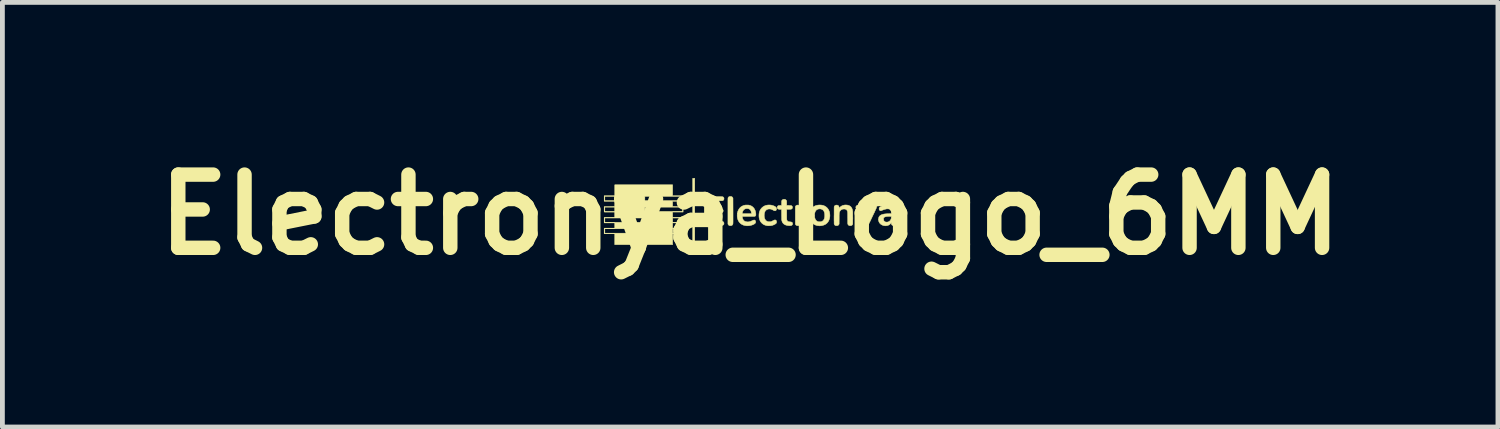
<source format=kicad_pcb>
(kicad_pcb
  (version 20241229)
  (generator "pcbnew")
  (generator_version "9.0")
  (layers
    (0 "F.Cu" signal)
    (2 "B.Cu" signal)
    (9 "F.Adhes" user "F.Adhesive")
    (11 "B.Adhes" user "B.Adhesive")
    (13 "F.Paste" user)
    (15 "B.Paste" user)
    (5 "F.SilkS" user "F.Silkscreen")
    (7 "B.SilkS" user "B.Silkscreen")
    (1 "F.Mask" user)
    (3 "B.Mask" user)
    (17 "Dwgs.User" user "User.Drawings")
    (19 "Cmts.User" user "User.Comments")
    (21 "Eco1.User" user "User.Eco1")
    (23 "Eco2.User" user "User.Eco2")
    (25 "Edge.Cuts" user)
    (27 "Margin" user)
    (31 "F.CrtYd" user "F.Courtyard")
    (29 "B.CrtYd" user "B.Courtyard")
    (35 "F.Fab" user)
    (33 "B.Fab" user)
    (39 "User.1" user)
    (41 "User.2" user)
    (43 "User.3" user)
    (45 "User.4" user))
  (footprint "Electronya_Logo_6MM"
    (layer "F.Cu")
    (at 12.562 1.418)
    (property "Reference" "Electronya_Logo_6MM" (at 0 0 0) (layer "F.SilkS") (effects (font (size 1.524 1.524) (thickness 0.3))))
    (attr through_hole)
    (fp_poly (pts (xy -1.154 0.758) (xy -1.196 0.758) (xy -1.196 -0.757) (xy -1.154 -0.757) (xy -1.154 0.758)) (stroke (width 0.01) (type solid)) (fill yes) (layer "F.SilkS"))
    (fp_poly (pts (xy -0.398 -0.379) (xy -0.387 -0.376) (xy -0.377 -0.371) (xy -0.37 -0.364) (xy -0.363 -0.356) (xy -0.36 -0.349) (xy -0.358 -0.342) (xy -0.357 -0.084) (xy -0.357 -0.049) (xy -0.357 -0.016) (xy -0.357 0.014) (xy -0.357 0.042) (xy -0.357 0.068) (xy -0.357 0.091) (xy -0.357 0.111) (xy -0.357 0.129) (xy -0.357 0.145) (xy -0.357 0.158) (xy -0.358 0.169) (xy -0.358 0.177) (xy -0.358 0.182) (xy -0.358 0.185) (xy -0.358 0.185) (xy -0.36 0.195) (xy -0.363 0.204) (xy -0.368 0.211) (xy -0.373 0.216) (xy -0.379 0.221) (xy -0.385 0.224) (xy -0.392 0.226) (xy -0.4 0.228) (xy -0.409 0.228) (xy -0.416 0.228) (xy -0.422 0.228) (xy -0.426 0.227) (xy -0.43 0.226) (xy -0.431 0.226) (xy -0.441 0.222) (xy -0.449 0.215) (xy -0.456 0.207) (xy -0.46 0.2) (xy -0.463 0.192) (xy -0.463 -0.106) (xy -0.463 -0.134) (xy -0.463 -0.16) (xy -0.463 -0.184) (xy -0.463 -0.205) (xy -0.463 -0.225) (xy -0.463 -0.242) (xy -0.463 -0.258) (xy -0.463 -0.272) (xy -0.463 -0.285) (xy -0.463 -0.296) (xy -0.463 -0.305) (xy -0.463 -0.314) (xy -0.462 -0.321) (xy -0.462 -0.327) (xy -0.462 -0.332) (xy -0.462 -0.336) (xy -0.462 -0.339) (xy -0.462 -0.342) (xy -0.462 -0.344) (xy -0.461 -0.346) (xy -0.461 -0.347) (xy -0.461 -0.348) (xy -0.461 -0.349) (xy -0.461 -0.349) (xy -0.456 -0.359) (xy -0.45 -0.367) (xy -0.442 -0.373) (xy -0.432 -0.377) (xy -0.421 -0.379) (xy -0.411 -0.38) (xy -0.398 -0.379)) (stroke (width 0.01) (type solid)) (fill yes) (layer "F.SilkS"))
    (fp_poly (pts (xy -1.614 -0.395) (xy -1.396 -0.395) (xy -1.396 -0.279) (xy -1.614 -0.279) (xy -1.614 -0.224) (xy -1.614 -0.17) (xy -1.505 -0.169) (xy -1.396 -0.169) (xy -1.396 -0.112) (xy -1.396 -0.055) (xy -1.614 -0.055) (xy -1.614 0.056) (xy -1.396 0.056) (xy -1.396 0.113) (xy -1.396 0.17) (xy -1.614 0.171) (xy -1.614 0.226) (xy -1.614 0.281) (xy -1.396 0.281) (xy -1.396 0.396) (xy -1.614 0.396) (xy -1.614 0.624) (xy -2.818 0.624) (xy -2.818 0.396) (xy -3.038 0.396) (xy -3.038 0.293) (xy -3.025 0.293) (xy -3.025 0.384) (xy -2.242 0.384) (xy -2.242 0.293) (xy -1.613 0.293) (xy -1.613 0.384) (xy -1.407 0.384) (xy -1.407 0.293) (xy -1.613 0.293) (xy -2.242 0.293) (xy -3.025 0.293) (xy -3.038 0.293) (xy -3.038 0.281) (xy -2.818 0.281) (xy -2.818 0.226) (xy -2.819 0.171) (xy -2.928 0.17) (xy -3.038 0.17) (xy -3.038 0.069) (xy -3.025 0.069) (xy -3.025 0.159) (xy -2.242 0.159) (xy -2.242 0.069) (xy -1.613 0.069) (xy -1.613 0.159) (xy -1.407 0.159) (xy -1.407 0.069) (xy -1.613 0.069) (xy -2.242 0.069) (xy -3.025 0.069) (xy -3.038 0.069) (xy -3.038 0.056) (xy -2.928 0.056) (xy -2.819 0.055) (xy -2.819 -0.054) (xy -2.928 -0.054) (xy -3.038 -0.055) (xy -3.038 -0.157) (xy -3.025 -0.157) (xy -3.025 -0.067) (xy -2.819 -0.067) (xy -2.819 -0.157) (xy -2.192 -0.157) (xy -2.192 -0.067) (xy -1.407 -0.067) (xy -1.407 -0.157) (xy -2.192 -0.157) (xy -2.819 -0.157) (xy -3.025 -0.157) (xy -3.038 -0.157) (xy -3.038 -0.169) (xy -2.928 -0.169) (xy -2.819 -0.17) (xy -2.818 -0.224) (xy -2.818 -0.279) (xy -3.038 -0.279) (xy -3.038 -0.382) (xy -3.025 -0.382) (xy -3.025 -0.292) (xy -2.819 -0.292) (xy -2.819 -0.382) (xy -2.192 -0.382) (xy -2.192 -0.292) (xy -1.407 -0.292) (xy -1.407 -0.382) (xy -2.192 -0.382) (xy -2.819 -0.382) (xy -3.025 -0.382) (xy -3.038 -0.382) (xy -3.038 -0.395) (xy -2.818 -0.395) (xy -2.818 -0.622) (xy -1.614 -0.622) (xy -1.614 -0.395)) (stroke (width 0.01) (type solid)) (fill yes) (layer "F.SilkS"))
    (fp_poly (pts (xy 1.005 -0.199) (xy 1.015 -0.196) (xy 1.023 -0.19) (xy 1.03 -0.183) (xy 1.035 -0.176) (xy 1.039 -0.167) (xy 1.04 -0.143) (xy 1.04 -0.119) (xy 1.046 -0.13) (xy 1.055 -0.145) (xy 1.066 -0.158) (xy 1.079 -0.17) (xy 1.094 -0.18) (xy 1.11 -0.188) (xy 1.128 -0.194) (xy 1.146 -0.198) (xy 1.151 -0.199) (xy 1.157 -0.199) (xy 1.165 -0.2) (xy 1.172 -0.2) (xy 1.173 -0.2) (xy 1.18 -0.2) (xy 1.185 -0.2) (xy 1.189 -0.2) (xy 1.192 -0.199) (xy 1.194 -0.198) (xy 1.197 -0.197) (xy 1.198 -0.196) (xy 1.206 -0.192) (xy 1.211 -0.186) (xy 1.215 -0.178) (xy 1.218 -0.169) (xy 1.218 -0.158) (xy 1.218 -0.157) (xy 1.218 -0.149) (xy 1.217 -0.142) (xy 1.215 -0.136) (xy 1.213 -0.131) (xy 1.211 -0.129) (xy 1.207 -0.124) (xy 1.202 -0.12) (xy 1.196 -0.117) (xy 1.188 -0.114) (xy 1.179 -0.112) (xy 1.167 -0.11) (xy 1.155 -0.109) (xy 1.142 -0.107) (xy 1.132 -0.106) (xy 1.123 -0.104) (xy 1.115 -0.102) (xy 1.109 -0.1) (xy 1.095 -0.094) (xy 1.083 -0.086) (xy 1.072 -0.077) (xy 1.063 -0.065) (xy 1.058 -0.056) (xy 1.055 -0.049) (xy 1.052 -0.042) (xy 1.049 -0.035) (xy 1.049 -0.033) (xy 1.048 -0.031) (xy 1.048 -0.029) (xy 1.047 -0.027) (xy 1.047 -0.025) (xy 1.047 -0.022) (xy 1.047 -0.018) (xy 1.046 -0.014) (xy 1.046 -0.009) (xy 1.046 -0.002) (xy 1.046 0.006) (xy 1.046 0.015) (xy 1.046 0.027) (xy 1.046 0.04) (xy 1.045 0.055) (xy 1.045 0.072) (xy 1.045 0.085) (xy 1.045 0.192) (xy 1.042 0.2) (xy 1.037 0.208) (xy 1.03 0.216) (xy 1.021 0.222) (xy 1.011 0.226) (xy 1.009 0.227) (xy 1.004 0.228) (xy 0.997 0.228) (xy 0.99 0.228) (xy 0.983 0.228) (xy 0.977 0.228) (xy 0.975 0.227) (xy 0.969 0.225) (xy 0.963 0.222) (xy 0.957 0.218) (xy 0.952 0.215) (xy 0.951 0.214) (xy 0.948 0.21) (xy 0.945 0.205) (xy 0.944 0.202) (xy 0.94 0.195) (xy 0.94 -0.167) (xy 0.944 -0.174) (xy 0.949 -0.183) (xy 0.956 -0.19) (xy 0.966 -0.195) (xy 0.976 -0.199) (xy 0.982 -0.2) (xy 0.994 -0.2) (xy 1.005 -0.199)) (stroke (width 0.01) (type solid)) (fill yes) (layer "F.SilkS"))
    (fp_poly (pts (xy 1.472 -0.201) (xy 1.495 -0.198) (xy 1.517 -0.193) (xy 1.538 -0.186) (xy 1.557 -0.176) (xy 1.575 -0.165) (xy 1.592 -0.152) (xy 1.599 -0.145) (xy 1.614 -0.128) (xy 1.626 -0.111) (xy 1.637 -0.091) (xy 1.645 -0.07) (xy 1.652 -0.048) (xy 1.656 -0.024) (xy 1.657 -0.013) (xy 1.659 0.012) (xy 1.658 0.037) (xy 1.655 0.06) (xy 1.65 0.083) (xy 1.643 0.105) (xy 1.634 0.126) (xy 1.623 0.145) (xy 1.61 0.162) (xy 1.608 0.165) (xy 1.594 0.179) (xy 1.578 0.192) (xy 1.561 0.203) (xy 1.542 0.212) (xy 1.522 0.219) (xy 1.501 0.225) (xy 1.479 0.229) (xy 1.456 0.231) (xy 1.433 0.231) (xy 1.429 0.23) (xy 1.404 0.228) (xy 1.381 0.223) (xy 1.36 0.216) (xy 1.34 0.207) (xy 1.321 0.196) (xy 1.304 0.183) (xy 1.289 0.169) (xy 1.275 0.152) (xy 1.264 0.134) (xy 1.254 0.114) (xy 1.246 0.093) (xy 1.24 0.07) (xy 1.238 0.062) (xy 1.237 0.054) (xy 1.236 0.043) (xy 1.235 0.032) (xy 1.235 0.019) (xy 1.235 0.014) (xy 1.341 0.014) (xy 1.341 0.026) (xy 1.341 0.037) (xy 1.342 0.047) (xy 1.343 0.054) (xy 1.347 0.073) (xy 1.353 0.089) (xy 1.36 0.104) (xy 1.369 0.116) (xy 1.38 0.127) (xy 1.392 0.135) (xy 1.405 0.142) (xy 1.42 0.146) (xy 1.423 0.147) (xy 1.43 0.148) (xy 1.439 0.148) (xy 1.449 0.148) (xy 1.459 0.148) (xy 1.469 0.147) (xy 1.476 0.145) (xy 1.477 0.145) (xy 1.492 0.14) (xy 1.505 0.133) (xy 1.516 0.124) (xy 1.526 0.113) (xy 1.535 0.1) (xy 1.542 0.085) (xy 1.547 0.068) (xy 1.55 0.049) (xy 1.551 0.046) (xy 1.551 0.038) (xy 1.552 0.027) (xy 1.552 0.016) (xy 1.552 0.005) (xy 1.551 -0.006) (xy 1.551 -0.016) (xy 1.55 -0.022) (xy 1.546 -0.041) (xy 1.541 -0.058) (xy 1.534 -0.073) (xy 1.526 -0.086) (xy 1.516 -0.096) (xy 1.504 -0.105) (xy 1.491 -0.112) (xy 1.477 -0.117) (xy 1.461 -0.12) (xy 1.447 -0.121) (xy 1.429 -0.12) (xy 1.414 -0.116) (xy 1.399 -0.111) (xy 1.387 -0.104) (xy 1.375 -0.095) (xy 1.365 -0.083) (xy 1.357 -0.07) (xy 1.35 -0.054) (xy 1.345 -0.037) (xy 1.343 -0.026) (xy 1.342 -0.018) (xy 1.341 -0.008) (xy 1.341 0.003) (xy 1.341 0.014) (xy 1.235 0.014) (xy 1.235 0.007) (xy 1.235 -0.004) (xy 1.235 -0.013) (xy 1.236 -0.016) (xy 1.239 -0.04) (xy 1.245 -0.062) (xy 1.252 -0.083) (xy 1.262 -0.103) (xy 1.271 -0.117) (xy 1.277 -0.125) (xy 1.284 -0.134) (xy 1.292 -0.143) (xy 1.301 -0.152) (xy 1.31 -0.159) (xy 1.318 -0.165) (xy 1.318 -0.166) (xy 1.337 -0.177) (xy 1.357 -0.186) (xy 1.379 -0.193) (xy 1.401 -0.198) (xy 1.425 -0.201) (xy 1.447 -0.202) (xy 1.472 -0.201)) (stroke (width 0.01) (type solid)) (fill yes) (layer "F.SilkS"))
    (fp_poly (pts (xy 0.715 -0.32) (xy 0.716 -0.32) (xy 0.727 -0.317) (xy 0.737 -0.313) (xy 0.745 -0.306) (xy 0.752 -0.298) (xy 0.755 -0.292) (xy 0.759 -0.285) (xy 0.759 -0.239) (xy 0.76 -0.192) (xy 0.804 -0.192) (xy 0.816 -0.191) (xy 0.826 -0.191) (xy 0.834 -0.191) (xy 0.84 -0.191) (xy 0.844 -0.191) (xy 0.848 -0.19) (xy 0.85 -0.19) (xy 0.853 -0.19) (xy 0.854 -0.189) (xy 0.856 -0.188) (xy 0.864 -0.184) (xy 0.871 -0.178) (xy 0.876 -0.171) (xy 0.878 -0.166) (xy 0.879 -0.163) (xy 0.879 -0.158) (xy 0.879 -0.152) (xy 0.879 -0.142) (xy 0.876 -0.134) (xy 0.871 -0.127) (xy 0.865 -0.121) (xy 0.857 -0.117) (xy 0.85 -0.114) (xy 0.76 -0.112) (xy 0.76 -0.008) (xy 0.76 0.012) (xy 0.76 0.029) (xy 0.76 0.044) (xy 0.76 0.056) (xy 0.76 0.067) (xy 0.76 0.077) (xy 0.761 0.085) (xy 0.761 0.091) (xy 0.761 0.097) (xy 0.762 0.101) (xy 0.762 0.105) (xy 0.763 0.108) (xy 0.764 0.11) (xy 0.765 0.113) (xy 0.766 0.115) (xy 0.767 0.117) (xy 0.768 0.119) (xy 0.772 0.127) (xy 0.777 0.133) (xy 0.784 0.138) (xy 0.791 0.142) (xy 0.8 0.145) (xy 0.811 0.147) (xy 0.825 0.149) (xy 0.828 0.149) (xy 0.838 0.15) (xy 0.847 0.151) (xy 0.853 0.152) (xy 0.859 0.154) (xy 0.863 0.155) (xy 0.867 0.157) (xy 0.869 0.159) (xy 0.875 0.164) (xy 0.88 0.171) (xy 0.882 0.179) (xy 0.882 0.183) (xy 0.883 0.192) (xy 0.882 0.199) (xy 0.879 0.205) (xy 0.877 0.209) (xy 0.872 0.215) (xy 0.866 0.22) (xy 0.858 0.224) (xy 0.848 0.226) (xy 0.837 0.228) (xy 0.824 0.228) (xy 0.808 0.228) (xy 0.797 0.227) (xy 0.78 0.225) (xy 0.764 0.222) (xy 0.75 0.218) (xy 0.737 0.214) (xy 0.725 0.209) (xy 0.722 0.207) (xy 0.708 0.199) (xy 0.695 0.189) (xy 0.684 0.177) (xy 0.675 0.164) (xy 0.667 0.149) (xy 0.661 0.132) (xy 0.657 0.114) (xy 0.656 0.112) (xy 0.656 0.11) (xy 0.656 0.106) (xy 0.656 0.102) (xy 0.655 0.097) (xy 0.655 0.09) (xy 0.655 0.082) (xy 0.655 0.073) (xy 0.655 0.062) (xy 0.655 0.048) (xy 0.654 0.033) (xy 0.654 0.016) (xy 0.654 -0.004) (xy 0.654 -0.004) (xy 0.653 -0.112) (xy 0.623 -0.113) (xy 0.613 -0.113) (xy 0.606 -0.113) (xy 0.6 -0.114) (xy 0.596 -0.114) (xy 0.593 -0.114) (xy 0.59 -0.115) (xy 0.588 -0.116) (xy 0.586 -0.117) (xy 0.584 -0.117) (xy 0.576 -0.122) (xy 0.57 -0.128) (xy 0.566 -0.136) (xy 0.564 -0.145) (xy 0.564 -0.152) (xy 0.565 -0.162) (xy 0.567 -0.171) (xy 0.572 -0.178) (xy 0.579 -0.184) (xy 0.586 -0.188) (xy 0.589 -0.189) (xy 0.591 -0.19) (xy 0.594 -0.19) (xy 0.598 -0.191) (xy 0.602 -0.191) (xy 0.608 -0.191) (xy 0.617 -0.191) (xy 0.624 -0.192) (xy 0.654 -0.192) (xy 0.655 -0.285) (xy 0.658 -0.293) (xy 0.664 -0.302) (xy 0.671 -0.309) (xy 0.68 -0.315) (xy 0.69 -0.318) (xy 0.702 -0.32) (xy 0.715 -0.32)) (stroke (width 0.01) (type solid)) (fill yes) (layer "F.SilkS"))
    (fp_poly (pts (xy 0.419 -0.201) (xy 0.442 -0.198) (xy 0.464 -0.192) (xy 0.486 -0.185) (xy 0.505 -0.177) (xy 0.517 -0.17) (xy 0.526 -0.164) (xy 0.534 -0.158) (xy 0.54 -0.151) (xy 0.544 -0.143) (xy 0.545 -0.142) (xy 0.546 -0.139) (xy 0.547 -0.136) (xy 0.548 -0.132) (xy 0.548 -0.127) (xy 0.548 -0.121) (xy 0.548 -0.115) (xy 0.548 -0.11) (xy 0.547 -0.106) (xy 0.546 -0.103) (xy 0.545 -0.101) (xy 0.54 -0.093) (xy 0.534 -0.087) (xy 0.527 -0.083) (xy 0.518 -0.081) (xy 0.517 -0.081) (xy 0.511 -0.082) (xy 0.506 -0.083) (xy 0.499 -0.085) (xy 0.492 -0.088) (xy 0.483 -0.092) (xy 0.475 -0.097) (xy 0.462 -0.103) (xy 0.45 -0.109) (xy 0.44 -0.113) (xy 0.43 -0.116) (xy 0.422 -0.117) (xy 0.407 -0.119) (xy 0.391 -0.119) (xy 0.376 -0.117) (xy 0.362 -0.113) (xy 0.349 -0.107) (xy 0.344 -0.105) (xy 0.339 -0.102) (xy 0.333 -0.096) (xy 0.327 -0.09) (xy 0.321 -0.084) (xy 0.315 -0.078) (xy 0.312 -0.072) (xy 0.311 -0.072) (xy 0.307 -0.063) (xy 0.303 -0.053) (xy 0.299 -0.041) (xy 0.296 -0.03) (xy 0.295 -0.022) (xy 0.293 -0.012) (xy 0.293 -0.001) (xy 0.292 0.011) (xy 0.292 0.022) (xy 0.293 0.033) (xy 0.293 0.041) (xy 0.296 0.061) (xy 0.301 0.078) (xy 0.308 0.094) (xy 0.316 0.107) (xy 0.325 0.119) (xy 0.337 0.129) (xy 0.349 0.136) (xy 0.35 0.136) (xy 0.357 0.14) (xy 0.364 0.143) (xy 0.371 0.144) (xy 0.378 0.146) (xy 0.386 0.146) (xy 0.395 0.147) (xy 0.401 0.147) (xy 0.41 0.147) (xy 0.417 0.146) (xy 0.424 0.146) (xy 0.43 0.145) (xy 0.436 0.143) (xy 0.442 0.141) (xy 0.45 0.137) (xy 0.459 0.133) (xy 0.468 0.128) (xy 0.479 0.123) (xy 0.487 0.119) (xy 0.494 0.115) (xy 0.5 0.113) (xy 0.505 0.111) (xy 0.509 0.11) (xy 0.512 0.109) (xy 0.515 0.109) (xy 0.517 0.109) (xy 0.526 0.11) (xy 0.533 0.113) (xy 0.539 0.118) (xy 0.544 0.126) (xy 0.546 0.13) (xy 0.548 0.136) (xy 0.549 0.144) (xy 0.549 0.152) (xy 0.549 0.16) (xy 0.547 0.166) (xy 0.546 0.169) (xy 0.543 0.176) (xy 0.538 0.182) (xy 0.532 0.188) (xy 0.524 0.193) (xy 0.524 0.193) (xy 0.505 0.204) (xy 0.485 0.213) (xy 0.464 0.221) (xy 0.441 0.226) (xy 0.429 0.228) (xy 0.419 0.229) (xy 0.408 0.23) (xy 0.397 0.23) (xy 0.385 0.231) (xy 0.374 0.23) (xy 0.365 0.23) (xy 0.343 0.227) (xy 0.322 0.221) (xy 0.301 0.214) (xy 0.282 0.205) (xy 0.266 0.195) (xy 0.259 0.19) (xy 0.251 0.183) (xy 0.243 0.176) (xy 0.235 0.168) (xy 0.228 0.159) (xy 0.222 0.152) (xy 0.219 0.148) (xy 0.208 0.13) (xy 0.199 0.11) (xy 0.192 0.089) (xy 0.187 0.068) (xy 0.184 0.045) (xy 0.183 0.02) (xy 0.183 0.017) (xy 0.184 -0.009) (xy 0.187 -0.033) (xy 0.192 -0.055) (xy 0.199 -0.076) (xy 0.208 -0.096) (xy 0.219 -0.114) (xy 0.233 -0.132) (xy 0.243 -0.143) (xy 0.26 -0.158) (xy 0.278 -0.171) (xy 0.296 -0.181) (xy 0.317 -0.19) (xy 0.338 -0.196) (xy 0.361 -0.2) (xy 0.385 -0.202) (xy 0.396 -0.202) (xy 0.419 -0.201)) (stroke (width 0.01) (type solid)) (fill yes) (layer "F.SilkS"))
    (fp_poly (pts (xy -0.055 -0.201) (xy -0.045 -0.201) (xy -0.035 -0.2) (xy -0.027 -0.199) (xy -0.019 -0.197) (xy -0.011 -0.195) (xy -0.003 -0.192) (xy 0.017 -0.185) (xy 0.034 -0.175) (xy 0.051 -0.163) (xy 0.066 -0.149) (xy 0.079 -0.134) (xy 0.09 -0.116) (xy 0.095 -0.106) (xy 0.102 -0.091) (xy 0.107 -0.077) (xy 0.111 -0.061) (xy 0.114 -0.045) (xy 0.117 -0.027) (xy 0.117 -0.023) (xy 0.118 -0.01) (xy 0.118 0.001) (xy 0.117 0.01) (xy 0.114 0.018) (xy 0.111 0.024) (xy 0.107 0.028) (xy 0.101 0.032) (xy 0.101 0.032) (xy 0.1 0.032) (xy 0.099 0.033) (xy 0.098 0.033) (xy 0.096 0.033) (xy 0.093 0.033) (xy 0.09 0.034) (xy 0.085 0.034) (xy 0.08 0.034) (xy 0.074 0.034) (xy 0.066 0.034) (xy 0.056 0.034) (xy 0.045 0.034) (xy 0.032 0.034) (xy 0.017 0.034) (xy -0.000334 0.034) (xy -0.02 0.034) (xy -0.035 0.034) (xy -0.165 0.034) (xy -0.165 0.044) (xy -0.163 0.053) (xy -0.161 0.064) (xy -0.159 0.074) (xy -0.156 0.084) (xy -0.152 0.092) (xy -0.152 0.093) (xy -0.145 0.107) (xy -0.136 0.118) (xy -0.126 0.127) (xy -0.115 0.135) (xy -0.102 0.141) (xy -0.087 0.145) (xy -0.071 0.148) (xy -0.065 0.149) (xy -0.052 0.15) (xy -0.038 0.149) (xy -0.025 0.148) (xy -0.011 0.145) (xy 0.004 0.14) (xy 0.02 0.134) (xy 0.038 0.127) (xy 0.042 0.125) (xy 0.053 0.12) (xy 0.061 0.116) (xy 0.068 0.114) (xy 0.074 0.112) (xy 0.079 0.111) (xy 0.083 0.11) (xy 0.087 0.111) (xy 0.09 0.111) (xy 0.091 0.112) (xy 0.098 0.115) (xy 0.104 0.12) (xy 0.108 0.127) (xy 0.112 0.135) (xy 0.112 0.135) (xy 0.114 0.146) (xy 0.114 0.156) (xy 0.111 0.166) (xy 0.106 0.175) (xy 0.103 0.18) (xy 0.095 0.186) (xy 0.086 0.193) (xy 0.074 0.2) (xy 0.061 0.206) (xy 0.047 0.212) (xy 0.032 0.217) (xy 0.016 0.221) (xy 0.000244 0.225) (xy -0.015 0.228) (xy -0.022 0.229) (xy -0.031 0.23) (xy -0.04 0.23) (xy -0.05 0.23) (xy -0.06 0.231) (xy -0.068 0.231) (xy -0.072 0.23) (xy -0.088 0.229) (xy -0.103 0.226) (xy -0.118 0.223) (xy -0.132 0.22) (xy -0.144 0.215) (xy -0.146 0.215) (xy -0.167 0.205) (xy -0.186 0.194) (xy -0.203 0.181) (xy -0.218 0.166) (xy -0.232 0.149) (xy -0.243 0.131) (xy -0.253 0.111) (xy -0.258 0.096) (xy -0.264 0.075) (xy -0.268 0.054) (xy -0.27 0.031) (xy -0.27 0.008) (xy -0.269 -0.015) (xy -0.267 -0.026) (xy -0.165 -0.026) (xy -0.165 -0.022) (xy 0.027 -0.022) (xy 0.026 -0.033) (xy 0.024 -0.05) (xy 0.02 -0.066) (xy 0.015 -0.08) (xy 0.007 -0.093) (xy -0.002 -0.104) (xy -0.012 -0.113) (xy -0.025 -0.12) (xy -0.031 -0.122) (xy -0.043 -0.126) (xy -0.056 -0.127) (xy -0.07 -0.128) (xy -0.084 -0.126) (xy -0.096 -0.124) (xy -0.098 -0.123) (xy -0.112 -0.117) (xy -0.124 -0.11) (xy -0.135 -0.1) (xy -0.144 -0.089) (xy -0.147 -0.084) (xy -0.151 -0.076) (xy -0.155 -0.067) (xy -0.159 -0.057) (xy -0.162 -0.047) (xy -0.164 -0.037) (xy -0.165 -0.029) (xy -0.165 -0.026) (xy -0.267 -0.026) (xy -0.265 -0.037) (xy -0.26 -0.058) (xy -0.26 -0.06) (xy -0.252 -0.082) (xy -0.242 -0.103) (xy -0.23 -0.122) (xy -0.217 -0.139) (xy -0.202 -0.154) (xy -0.186 -0.167) (xy -0.167 -0.178) (xy -0.148 -0.187) (xy -0.126 -0.195) (xy -0.11 -0.198) (xy -0.105 -0.199) (xy -0.1 -0.2) (xy -0.095 -0.201) (xy -0.089 -0.201) (xy -0.083 -0.201) (xy -0.074 -0.201) (xy -0.068 -0.201) (xy -0.055 -0.201)) (stroke (width 0.01) (type solid)) (fill yes) (layer "F.SilkS"))
    (fp_poly (pts (xy -0.653 -0.376) (xy -0.639 -0.376) (xy -0.627 -0.376) (xy -0.616 -0.376) (xy -0.607 -0.375) (xy -0.6 -0.375) (xy -0.593 -0.375) (xy -0.588 -0.375) (xy -0.583 -0.374) (xy -0.579 -0.374) (xy -0.576 -0.374) (xy -0.574 -0.373) (xy -0.572 -0.373) (xy -0.57 -0.372) (xy -0.568 -0.371) (xy -0.567 -0.37) (xy -0.565 -0.37) (xy -0.558 -0.365) (xy -0.552 -0.359) (xy -0.548 -0.352) (xy -0.546 -0.346) (xy -0.545 -0.339) (xy -0.545 -0.33) (xy -0.546 -0.323) (xy -0.548 -0.316) (xy -0.549 -0.314) (xy -0.553 -0.306) (xy -0.56 -0.3) (xy -0.568 -0.295) (xy -0.573 -0.293) (xy -0.581 -0.29) (xy -0.715 -0.29) (xy -0.85 -0.289) (xy -0.85 -0.124) (xy -0.732 -0.124) (xy -0.713 -0.124) (xy -0.694 -0.124) (xy -0.677 -0.124) (xy -0.661 -0.124) (xy -0.647 -0.124) (xy -0.634 -0.124) (xy -0.624 -0.124) (xy -0.615 -0.124) (xy -0.609 -0.123) (xy -0.605 -0.123) (xy -0.604 -0.123) (xy -0.593 -0.121) (xy -0.583 -0.118) (xy -0.576 -0.113) (xy -0.57 -0.107) (xy -0.566 -0.101) (xy -0.564 -0.096) (xy -0.563 -0.092) (xy -0.562 -0.088) (xy -0.562 -0.082) (xy -0.563 -0.072) (xy -0.565 -0.064) (xy -0.569 -0.056) (xy -0.571 -0.054) (xy -0.576 -0.049) (xy -0.584 -0.044) (xy -0.592 -0.041) (xy -0.6 -0.039) (xy -0.603 -0.039) (xy -0.608 -0.039) (xy -0.616 -0.039) (xy -0.625 -0.039) (xy -0.637 -0.039) (xy -0.651 -0.038) (xy -0.666 -0.038) (xy -0.683 -0.038) (xy -0.702 -0.038) (xy -0.722 -0.038) (xy -0.729 -0.038) (xy -0.85 -0.038) (xy -0.85 0.137) (xy -0.722 0.137) (xy -0.7 0.137) (xy -0.68 0.137) (xy -0.662 0.137) (xy -0.645 0.137) (xy -0.63 0.138) (xy -0.617 0.138) (xy -0.606 0.138) (xy -0.597 0.138) (xy -0.591 0.138) (xy -0.586 0.138) (xy -0.585 0.138) (xy -0.574 0.141) (xy -0.564 0.145) (xy -0.557 0.151) (xy -0.556 0.152) (xy -0.551 0.157) (xy -0.549 0.162) (xy -0.547 0.167) (xy -0.546 0.173) (xy -0.546 0.181) (xy -0.546 0.187) (xy -0.546 0.191) (xy -0.546 0.195) (xy -0.548 0.198) (xy -0.549 0.201) (xy -0.555 0.209) (xy -0.562 0.215) (xy -0.571 0.22) (xy -0.572 0.221) (xy -0.573 0.221) (xy -0.574 0.221) (xy -0.576 0.221) (xy -0.578 0.222) (xy -0.58 0.222) (xy -0.583 0.222) (xy -0.587 0.222) (xy -0.592 0.222) (xy -0.598 0.223) (xy -0.605 0.223) (xy -0.614 0.223) (xy -0.624 0.223) (xy -0.635 0.223) (xy -0.649 0.223) (xy -0.664 0.223) (xy -0.681 0.223) (xy -0.701 0.223) (xy -0.722 0.223) (xy -0.746 0.223) (xy -0.747 0.223) (xy -0.773 0.223) (xy -0.796 0.223) (xy -0.816 0.223) (xy -0.835 0.223) (xy -0.851 0.223) (xy -0.865 0.223) (xy -0.877 0.223) (xy -0.888 0.223) (xy -0.897 0.223) (xy -0.904 0.223) (xy -0.91 0.223) (xy -0.915 0.222) (xy -0.918 0.222) (xy -0.921 0.222) (xy -0.922 0.222) (xy -0.932 0.218) (xy -0.94 0.213) (xy -0.946 0.207) (xy -0.951 0.198) (xy -0.956 0.189) (xy -0.956 -0.072) (xy -0.956 -0.104) (xy -0.956 -0.134) (xy -0.956 -0.161) (xy -0.956 -0.186) (xy -0.956 -0.209) (xy -0.956 -0.23) (xy -0.956 -0.249) (xy -0.956 -0.266) (xy -0.956 -0.28) (xy -0.956 -0.293) (xy -0.956 -0.304) (xy -0.956 -0.314) (xy -0.956 -0.322) (xy -0.956 -0.328) (xy -0.955 -0.333) (xy -0.955 -0.336) (xy -0.955 -0.338) (xy -0.955 -0.339) (xy -0.952 -0.349) (xy -0.946 -0.358) (xy -0.939 -0.366) (xy -0.93 -0.371) (xy -0.927 -0.372) (xy -0.92 -0.375) (xy -0.753 -0.376) (xy -0.729 -0.376) (xy -0.707 -0.376) (xy -0.687 -0.376) (xy -0.669 -0.376) (xy -0.653 -0.376)) (stroke (width 0.01) (type solid)) (fill yes) (layer "F.SilkS"))
    (fp_poly (pts (xy 2.26 -0.2) (xy 2.271 -0.197) (xy 2.271 -0.197) (xy 2.278 -0.193) (xy 2.285 -0.188) (xy 2.291 -0.182) (xy 2.294 -0.177) (xy 2.295 -0.175) (xy 2.297 -0.172) (xy 2.3 -0.165) (xy 2.303 -0.158) (xy 2.308 -0.148) (xy 2.313 -0.137) (xy 2.319 -0.124) (xy 2.325 -0.111) (xy 2.332 -0.096) (xy 2.339 -0.08) (xy 2.346 -0.064) (xy 2.354 -0.046) (xy 2.356 -0.041) (xy 2.364 -0.024) (xy 2.372 -0.007) (xy 2.379 0.008) (xy 2.386 0.023) (xy 2.392 0.037) (xy 2.398 0.049) (xy 2.403 0.061) (xy 2.407 0.07) (xy 2.411 0.078) (xy 2.414 0.084) (xy 2.416 0.088) (xy 2.417 0.09) (xy 2.417 0.091) (xy 2.417 0.09) (xy 2.419 0.086) (xy 2.421 0.081) (xy 2.425 0.074) (xy 2.429 0.065) (xy 2.434 0.055) (xy 2.439 0.043) (xy 2.445 0.03) (xy 2.452 0.016) (xy 2.459 0.001) (xy 2.466 -0.016) (xy 2.474 -0.032) (xy 2.475 -0.035) (xy 2.482 -0.052) (xy 2.49 -0.068) (xy 2.497 -0.084) (xy 2.504 -0.099) (xy 2.51 -0.113) (xy 2.516 -0.126) (xy 2.521 -0.138) (xy 2.526 -0.148) (xy 2.529 -0.156) (xy 2.532 -0.163) (xy 2.535 -0.167) (xy 2.536 -0.17) (xy 2.536 -0.17) (xy 2.541 -0.179) (xy 2.548 -0.187) (xy 2.555 -0.193) (xy 2.559 -0.195) (xy 2.563 -0.197) (xy 2.566 -0.198) (xy 2.57 -0.198) (xy 2.574 -0.199) (xy 2.58 -0.199) (xy 2.586 -0.199) (xy 2.59 -0.198) (xy 2.594 -0.198) (xy 2.597 -0.196) (xy 2.601 -0.195) (xy 2.611 -0.189) (xy 2.619 -0.181) (xy 2.625 -0.173) (xy 2.628 -0.163) (xy 2.63 -0.157) (xy 2.63 -0.153) (xy 2.629 -0.149) (xy 2.628 -0.144) (xy 2.627 -0.142) (xy 2.626 -0.139) (xy 2.624 -0.135) (xy 2.621 -0.128) (xy 2.617 -0.12) (xy 2.613 -0.11) (xy 2.607 -0.098) (xy 2.601 -0.085) (xy 2.594 -0.07) (xy 2.587 -0.054) (xy 2.579 -0.037) (xy 2.57 -0.019) (xy 2.561 -0.001) (xy 2.552 0.019) (xy 2.542 0.039) (xy 2.533 0.059) (xy 2.523 0.08) (xy 2.513 0.101) (xy 2.503 0.122) (xy 2.493 0.143) (xy 2.483 0.163) (xy 2.473 0.184) (xy 2.463 0.204) (xy 2.454 0.223) (xy 2.445 0.242) (xy 2.436 0.259) (xy 2.428 0.276) (xy 2.421 0.292) (xy 2.414 0.307) (xy 2.407 0.32) (xy 2.401 0.331) (xy 2.396 0.342) (xy 2.392 0.35) (xy 2.389 0.356) (xy 2.387 0.361) (xy 2.386 0.363) (xy 2.385 0.363) (xy 2.379 0.37) (xy 2.372 0.376) (xy 2.365 0.379) (xy 2.358 0.38) (xy 2.35 0.381) (xy 2.342 0.381) (xy 2.334 0.38) (xy 2.33 0.379) (xy 2.321 0.374) (xy 2.312 0.368) (xy 2.306 0.361) (xy 2.302 0.355) (xy 2.3 0.35) (xy 2.299 0.344) (xy 2.299 0.337) (xy 2.299 0.33) (xy 2.301 0.325) (xy 2.301 0.323) (xy 2.303 0.318) (xy 2.306 0.312) (xy 2.31 0.304) (xy 2.314 0.295) (xy 2.319 0.285) (xy 2.324 0.273) (xy 2.33 0.262) (xy 2.332 0.257) (xy 2.361 0.195) (xy 2.358 0.189) (xy 2.353 0.177) (xy 2.346 0.165) (xy 2.34 0.151) (xy 2.333 0.136) (xy 2.325 0.12) (xy 2.317 0.104) (xy 2.309 0.087) (xy 2.301 0.069) (xy 2.292 0.052) (xy 2.284 0.034) (xy 2.275 0.016) (xy 2.267 -0.002) (xy 2.258 -0.019) (xy 2.25 -0.036) (xy 2.243 -0.052) (xy 2.236 -0.067) (xy 2.229 -0.082) (xy 2.222 -0.095) (xy 2.217 -0.107) (xy 2.212 -0.118) (xy 2.208 -0.127) (xy 2.204 -0.134) (xy 2.202 -0.14) (xy 2.2 -0.143) (xy 2.2 -0.145) (xy 2.199 -0.155) (xy 2.2 -0.165) (xy 2.204 -0.174) (xy 2.21 -0.182) (xy 2.217 -0.189) (xy 2.225 -0.194) (xy 2.237 -0.198) (xy 2.248 -0.2) (xy 2.26 -0.2)) (stroke (width 0.01) (type solid)) (fill yes) (layer "F.SilkS"))
    (fp_poly (pts (xy 2.875 -0.202) (xy 2.886 -0.201) (xy 2.896 -0.201) (xy 2.905 -0.2) (xy 2.912 -0.199) (xy 2.932 -0.194) (xy 2.951 -0.188) (xy 2.967 -0.18) (xy 2.982 -0.17) (xy 2.995 -0.158) (xy 3.007 -0.145) (xy 3.016 -0.13) (xy 3.024 -0.113) (xy 3.03 -0.094) (xy 3.033 -0.082) (xy 3.034 -0.077) (xy 3.034 -0.073) (xy 3.035 -0.068) (xy 3.036 -0.062) (xy 3.036 -0.057) (xy 3.037 -0.05) (xy 3.037 -0.043) (xy 3.037 -0.034) (xy 3.037 -0.025) (xy 3.038 -0.014) (xy 3.038 -0.001) (xy 3.038 0.013) (xy 3.038 0.03) (xy 3.038 0.048) (xy 3.038 0.069) (xy 3.038 0.079) (xy 3.037 0.192) (xy 3.034 0.2) (xy 3.032 0.205) (xy 3.028 0.21) (xy 3.026 0.213) (xy 3.018 0.22) (xy 3.01 0.224) (xy 3 0.227) (xy 2.989 0.228) (xy 2.979 0.228) (xy 2.969 0.225) (xy 2.96 0.221) (xy 2.951 0.215) (xy 2.95 0.214) (xy 2.945 0.207) (xy 2.941 0.199) (xy 2.938 0.189) (xy 2.936 0.177) (xy 2.936 0.17) (xy 2.936 0.161) (xy 2.932 0.168) (xy 2.924 0.181) (xy 2.914 0.193) (xy 2.902 0.204) (xy 2.888 0.213) (xy 2.873 0.22) (xy 2.857 0.226) (xy 2.851 0.227) (xy 2.844 0.229) (xy 2.836 0.229) (xy 2.827 0.23) (xy 2.819 0.231) (xy 2.811 0.231) (xy 2.804 0.23) (xy 2.804 0.23) (xy 2.782 0.227) (xy 2.763 0.222) (xy 2.745 0.214) (xy 2.728 0.205) (xy 2.713 0.194) (xy 2.71 0.19) (xy 2.697 0.177) (xy 2.687 0.163) (xy 2.68 0.148) (xy 2.674 0.131) (xy 2.671 0.114) (xy 2.67 0.096) (xy 2.671 0.089) (xy 2.774 0.089) (xy 2.774 0.102) (xy 2.777 0.113) (xy 2.782 0.124) (xy 2.789 0.133) (xy 2.798 0.141) (xy 2.808 0.148) (xy 2.82 0.152) (xy 2.824 0.153) (xy 2.832 0.154) (xy 2.842 0.154) (xy 2.852 0.154) (xy 2.861 0.152) (xy 2.868 0.151) (xy 2.882 0.146) (xy 2.895 0.139) (xy 2.906 0.129) (xy 2.916 0.118) (xy 2.925 0.104) (xy 2.926 0.103) (xy 2.929 0.095) (xy 2.932 0.088) (xy 2.934 0.08) (xy 2.935 0.072) (xy 2.936 0.062) (xy 2.936 0.055) (xy 2.937 0.034) (xy 2.911 0.034) (xy 2.892 0.035) (xy 2.873 0.035) (xy 2.857 0.036) (xy 2.842 0.038) (xy 2.832 0.039) (xy 2.818 0.043) (xy 2.805 0.046) (xy 2.795 0.051) (xy 2.787 0.057) (xy 2.781 0.064) (xy 2.777 0.072) (xy 2.775 0.082) (xy 2.774 0.089) (xy 2.671 0.089) (xy 2.671 0.088) (xy 2.673 0.072) (xy 2.677 0.057) (xy 2.682 0.044) (xy 2.69 0.033) (xy 2.699 0.023) (xy 2.71 0.014) (xy 2.722 0.007) (xy 2.734 0.001) (xy 2.747 -0.004) (xy 2.762 -0.008) (xy 2.779 -0.012) (xy 2.797 -0.015) (xy 2.817 -0.017) (xy 2.839 -0.019) (xy 2.864 -0.02) (xy 2.89 -0.021) (xy 2.894 -0.021) (xy 2.937 -0.022) (xy 2.936 -0.044) (xy 2.936 -0.053) (xy 2.935 -0.06) (xy 2.935 -0.066) (xy 2.934 -0.071) (xy 2.933 -0.075) (xy 2.933 -0.076) (xy 2.928 -0.088) (xy 2.922 -0.098) (xy 2.914 -0.107) (xy 2.904 -0.113) (xy 2.892 -0.118) (xy 2.889 -0.119) (xy 2.881 -0.12) (xy 2.872 -0.121) (xy 2.862 -0.122) (xy 2.852 -0.121) (xy 2.842 -0.121) (xy 2.842 -0.121) (xy 2.831 -0.119) (xy 2.819 -0.116) (xy 2.805 -0.112) (xy 2.79 -0.108) (xy 2.775 -0.103) (xy 2.759 -0.097) (xy 2.744 -0.091) (xy 2.743 -0.091) (xy 2.734 -0.087) (xy 2.727 -0.085) (xy 2.721 -0.083) (xy 2.716 -0.083) (xy 2.711 -0.083) (xy 2.708 -0.084) (xy 2.699 -0.088) (xy 2.693 -0.094) (xy 2.688 -0.101) (xy 2.684 -0.11) (xy 2.684 -0.11) (xy 2.684 -0.115) (xy 2.683 -0.122) (xy 2.684 -0.129) (xy 2.685 -0.135) (xy 2.685 -0.139) (xy 2.689 -0.146) (xy 2.695 -0.153) (xy 2.703 -0.16) (xy 2.714 -0.167) (xy 2.726 -0.173) (xy 2.739 -0.179) (xy 2.754 -0.184) (xy 2.771 -0.189) (xy 2.788 -0.194) (xy 2.807 -0.197) (xy 2.826 -0.2) (xy 2.835 -0.201) (xy 2.843 -0.201) (xy 2.853 -0.202) (xy 2.864 -0.202) (xy 2.875 -0.202)) (stroke (width 0.01) (type solid)) (fill yes) (layer "F.SilkS"))
    (fp_poly (pts (xy 1.99 -0.202) (xy 1.996 -0.202) (xy 2.012 -0.201) (xy 2.026 -0.199) (xy 2.039 -0.196) (xy 2.051 -0.192) (xy 2.062 -0.187) (xy 2.064 -0.187) (xy 2.078 -0.178) (xy 2.091 -0.169) (xy 2.101 -0.157) (xy 2.111 -0.143) (xy 2.119 -0.128) (xy 2.125 -0.111) (xy 2.13 -0.091) (xy 2.134 -0.07) (xy 2.134 -0.07) (xy 2.134 -0.067) (xy 2.134 -0.063) (xy 2.135 -0.058) (xy 2.135 -0.052) (xy 2.135 -0.044) (xy 2.135 -0.034) (xy 2.135 -0.023) (xy 2.135 -0.01) (xy 2.135 0.005) (xy 2.135 0.022) (xy 2.135 0.042) (xy 2.136 0.063) (xy 2.136 0.066) (xy 2.136 0.087) (xy 2.135 0.105) (xy 2.135 0.121) (xy 2.135 0.135) (xy 2.135 0.147) (xy 2.135 0.157) (xy 2.135 0.165) (xy 2.135 0.173) (xy 2.135 0.178) (xy 2.135 0.183) (xy 2.135 0.187) (xy 2.134 0.19) (xy 2.134 0.192) (xy 2.134 0.194) (xy 2.134 0.195) (xy 2.133 0.196) (xy 2.128 0.207) (xy 2.122 0.215) (xy 2.114 0.221) (xy 2.104 0.226) (xy 2.093 0.228) (xy 2.084 0.229) (xy 2.071 0.228) (xy 2.06 0.225) (xy 2.05 0.22) (xy 2.043 0.214) (xy 2.036 0.205) (xy 2.032 0.195) (xy 2.032 0.195) (xy 2.032 0.194) (xy 2.031 0.191) (xy 2.031 0.188) (xy 2.031 0.183) (xy 2.031 0.177) (xy 2.03 0.169) (xy 2.03 0.16) (xy 2.03 0.149) (xy 2.03 0.135) (xy 2.03 0.12) (xy 2.03 0.103) (xy 2.03 0.083) (xy 2.029 0.068) (xy 2.029 0.048) (xy 2.029 0.03) (xy 2.029 0.014) (xy 2.029 0.000275) (xy 2.029 -0.012) (xy 2.029 -0.022) (xy 2.029 -0.03) (xy 2.028 -0.037) (xy 2.028 -0.043) (xy 2.028 -0.048) (xy 2.028 -0.052) (xy 2.028 -0.055) (xy 2.027 -0.057) (xy 2.027 -0.06) (xy 2.027 -0.061) (xy 2.026 -0.063) (xy 2.026 -0.065) (xy 2.021 -0.078) (xy 2.015 -0.09) (xy 2.008 -0.099) (xy 1.999 -0.106) (xy 1.989 -0.112) (xy 1.977 -0.116) (xy 1.975 -0.116) (xy 1.968 -0.117) (xy 1.96 -0.118) (xy 1.95 -0.118) (xy 1.941 -0.117) (xy 1.932 -0.117) (xy 1.925 -0.115) (xy 1.923 -0.115) (xy 1.911 -0.111) (xy 1.899 -0.104) (xy 1.888 -0.097) (xy 1.879 -0.088) (xy 1.875 -0.084) (xy 1.871 -0.078) (xy 1.867 -0.071) (xy 1.863 -0.064) (xy 1.86 -0.057) (xy 1.858 -0.053) (xy 1.857 -0.05) (xy 1.856 -0.048) (xy 1.856 -0.045) (xy 1.855 -0.042) (xy 1.854 -0.039) (xy 1.854 -0.035) (xy 1.854 -0.031) (xy 1.853 -0.026) (xy 1.853 -0.02) (xy 1.853 -0.012) (xy 1.853 -0.004) (xy 1.852 0.006) (xy 1.852 0.018) (xy 1.852 0.032) (xy 1.852 0.048) (xy 1.852 0.066) (xy 1.852 0.081) (xy 1.851 0.194) (xy 1.847 0.202) (xy 1.842 0.21) (xy 1.835 0.217) (xy 1.827 0.223) (xy 1.823 0.225) (xy 1.817 0.226) (xy 1.81 0.228) (xy 1.802 0.228) (xy 1.794 0.228) (xy 1.786 0.228) (xy 1.781 0.227) (xy 1.77 0.223) (xy 1.762 0.217) (xy 1.755 0.209) (xy 1.75 0.2) (xy 1.748 0.191) (xy 1.747 0.189) (xy 1.747 0.186) (xy 1.747 0.181) (xy 1.747 0.174) (xy 1.747 0.165) (xy 1.747 0.155) (xy 1.747 0.142) (xy 1.746 0.128) (xy 1.746 0.111) (xy 1.746 0.093) (xy 1.746 0.072) (xy 1.746 0.049) (xy 1.746 0.023) (xy 1.747 0.01) (xy 1.747 -0.016) (xy 1.747 -0.038) (xy 1.747 -0.059) (xy 1.747 -0.077) (xy 1.747 -0.093) (xy 1.747 -0.107) (xy 1.747 -0.12) (xy 1.747 -0.131) (xy 1.747 -0.14) (xy 1.747 -0.148) (xy 1.748 -0.155) (xy 1.748 -0.16) (xy 1.749 -0.165) (xy 1.749 -0.169) (xy 1.75 -0.172) (xy 1.751 -0.174) (xy 1.751 -0.176) (xy 1.752 -0.178) (xy 1.753 -0.179) (xy 1.755 -0.18) (xy 1.756 -0.182) (xy 1.758 -0.183) (xy 1.759 -0.184) (xy 1.766 -0.191) (xy 1.774 -0.195) (xy 1.783 -0.198) (xy 1.789 -0.2) (xy 1.801 -0.2) (xy 1.812 -0.199) (xy 1.823 -0.195) (xy 1.832 -0.19) (xy 1.839 -0.183) (xy 1.845 -0.175) (xy 1.845 -0.174) (xy 1.846 -0.171) (xy 1.847 -0.168) (xy 1.848 -0.165) (xy 1.849 -0.161) (xy 1.849 -0.155) (xy 1.849 -0.149) (xy 1.85 -0.13) (xy 1.854 -0.136) (xy 1.866 -0.152) (xy 1.88 -0.165) (xy 1.895 -0.176) (xy 1.912 -0.186) (xy 1.93 -0.193) (xy 1.949 -0.198) (xy 1.96 -0.2) (xy 1.967 -0.201) (xy 1.973 -0.202) (xy 1.981 -0.202) (xy 1.99 -0.202)) (stroke (width 0.01) (type solid)) (fill yes) (layer "F.SilkS")))
  (gr_rect
    (start -3 -3)
    (end 28.124 5.836)
    (stroke (width 0.1) (type default))
    (fill no)
    (layer "Edge.Cuts")))
</source>
